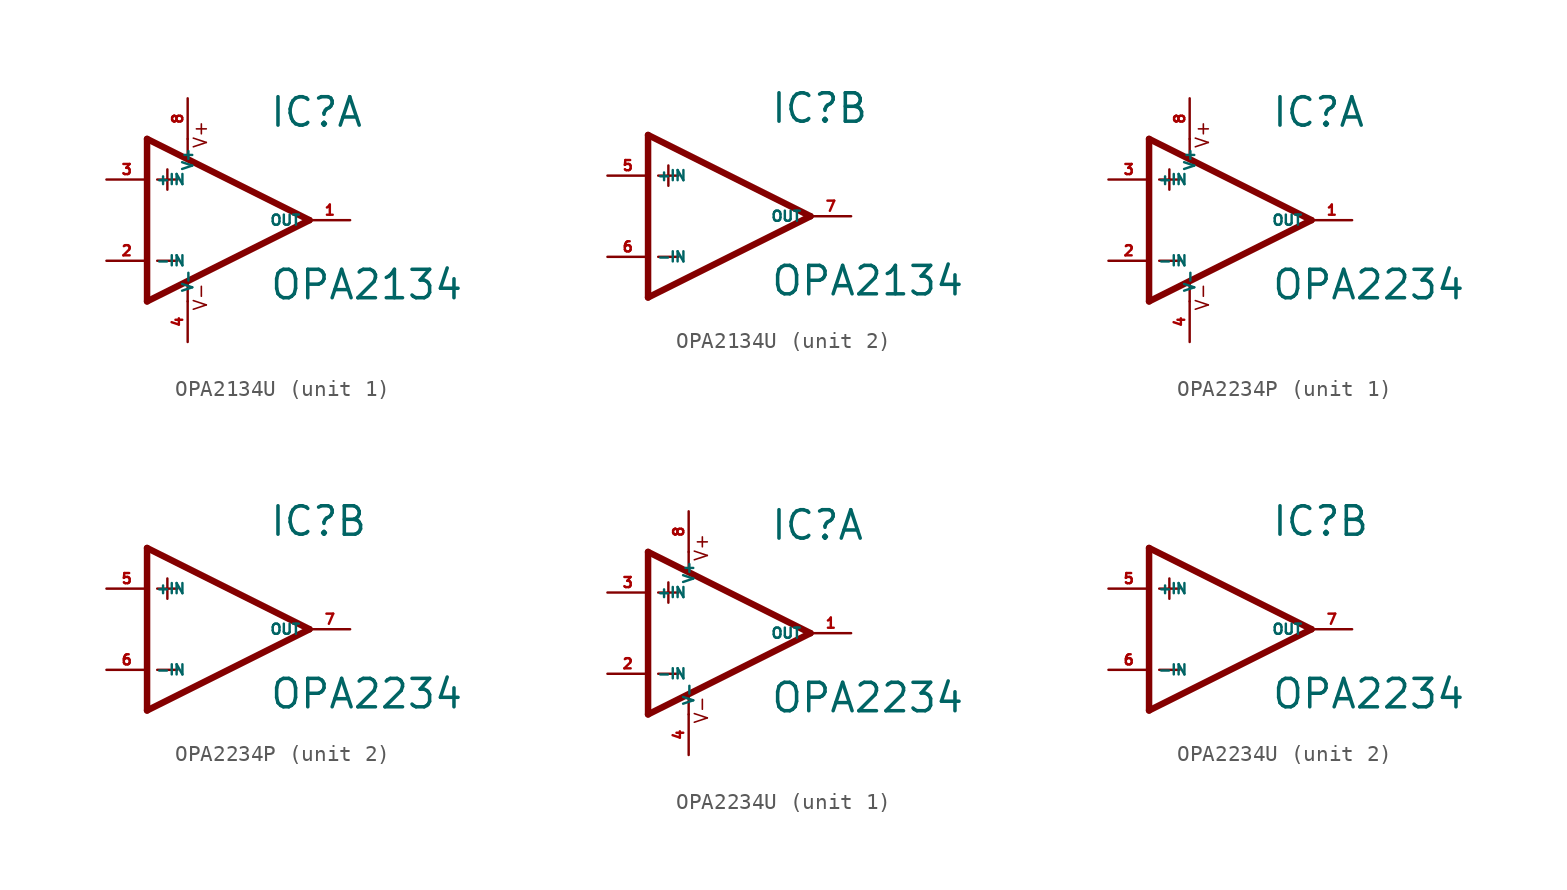
<source format=kicad_sym>
(kicad_symbol_lib
  (version 20220914)
  (generator Eagle2Kicad)
  (symbol "OPA2134U"
    (property "Reference" "IC"
      (at 2.54 5.715 0)
      (effects (font (size 1.778 1.778) (thickness 0.22)) (justify left bottom)))
    (property "Value" "OPA2134"
      (at 2.54 -5.08 0)
      (effects (font (size 1.778 1.778) (thickness 0.22)) (justify left bottom)))
    (symbol "OPA2134U_1_0"
      (polyline (pts (xy -3.81 3.175) (xy -3.81 1.905)) (stroke (width 0.152) (type default)) (fill (type none)))
      (polyline (pts (xy -4.445 2.54) (xy -3.175 2.54)) (stroke (width 0.152) (type default)) (fill (type none)))
      (polyline (pts (xy -4.445 -2.54) (xy -3.175 -2.54)) (stroke (width 0.152) (type default)) (fill (type none)))
      (polyline (pts (xy -2.54 5.08) (xy -2.54 3.886)) (stroke (width 0.152) (type default)) (fill (type none)))
      (polyline (pts (xy -2.54 -3.912) (xy -2.54 -5.08)) (stroke (width 0.152) (type default)) (fill (type none)))
      (polyline (pts (xy 5.08 0) (xy -5.08 5.08)) (stroke (width 0.406) (type default)) (fill (type none)))
      (polyline (pts (xy -5.08 5.08) (xy -5.08 -5.08)) (stroke (width 0.406) (type default)) (fill (type none)))
      (polyline (pts (xy -5.08 -5.08) (xy 5.08 0)) (stroke (width 0.406) (type default)) (fill (type none)))
      (text "V+" (at -1.27 4.445 900) (effects (font (size 0.813 0.813) (thickness 0.10)) (justify left bottom)))
      (text "V-" (at -1.27 -5.715 900) (effects (font (size 0.813 0.813) (thickness 0.10)) (justify left bottom)))
      (pin input line (at -7.62 -2.54 0) (length 2.54) (name "-IN" (effects (font (size 0.635 0.635) (thickness 0.08)) (justify left bottom))) (number "2" (effects (font (size 0.635 0.635) (thickness 0.08)) (justify left bottom))))
      (pin input line (at -7.62 2.54 0) (length 2.54) (name "+IN" (effects (font (size 0.635 0.635) (thickness 0.08)) (justify left bottom))) (number "3" (effects (font (size 0.635 0.635) (thickness 0.08)) (justify left bottom))))
      (pin output line (at 7.62 0 180) (length 2.54) (name "OUT" (effects (font (size 0.635 0.635) (thickness 0.08)) (justify left bottom))) (number "1" (effects (font (size 0.635 0.635) (thickness 0.08)) (justify left bottom))))
      (pin unspecified line (at -2.54 7.62 270) (length 2.54) (name "V+" (effects (font (size 0.635 0.635) (thickness 0.08)) (justify left bottom))) (number "8" (effects (font (size 0.635 0.635) (thickness 0.08)) (justify left bottom))))
      (pin unspecified line (at -2.54 -7.62 90) (length 2.54) (name "V-" (effects (font (size 0.635 0.635) (thickness 0.08)) (justify left bottom))) (number "4" (effects (font (size 0.635 0.635) (thickness 0.08)) (justify left bottom)))))
    (symbol "OPA2134U_2_0"
      (polyline (pts (xy -3.81 3.175) (xy -3.81 1.905)) (stroke (width 0.152) (type default)) (fill (type none)))
      (polyline (pts (xy -4.445 2.54) (xy -3.175 2.54)) (stroke (width 0.152) (type default)) (fill (type none)))
      (polyline (pts (xy -4.445 -2.54) (xy -3.175 -2.54)) (stroke (width 0.152) (type default)) (fill (type none)))
      (polyline (pts (xy 5.08 0) (xy -5.08 5.08)) (stroke (width 0.406) (type default)) (fill (type none)))
      (polyline (pts (xy -5.08 5.08) (xy -5.08 -5.08)) (stroke (width 0.406) (type default)) (fill (type none)))
      (polyline (pts (xy -5.08 -5.08) (xy 5.08 0)) (stroke (width 0.406) (type default)) (fill (type none)))
      (pin input line (at -7.62 -2.54 0) (length 2.54) (name "-IN" (effects (font (size 0.635 0.635) (thickness 0.08)) (justify left bottom))) (number "6" (effects (font (size 0.635 0.635) (thickness 0.08)) (justify left bottom))))
      (pin input line (at -7.62 2.54 0) (length 2.54) (name "+IN" (effects (font (size 0.635 0.635) (thickness 0.08)) (justify left bottom))) (number "5" (effects (font (size 0.635 0.635) (thickness 0.08)) (justify left bottom))))
      (pin output line (at 7.62 0 180) (length 2.54) (name "OUT" (effects (font (size 0.635 0.635) (thickness 0.08)) (justify left bottom))) (number "7" (effects (font (size 0.635 0.635) (thickness 0.08)) (justify left bottom))))))
  (symbol "OPA2234P"
    (property "Reference" "IC"
      (at 2.54 5.715 0)
      (effects (font (size 1.778 1.778) (thickness 0.22)) (justify left bottom)))
    (property "Value" "OPA2234"
      (at 2.54 -5.08 0)
      (effects (font (size 1.778 1.778) (thickness 0.22)) (justify left bottom)))
    (symbol "OPA2234P_1_0"
      (polyline (pts (xy -3.81 3.175) (xy -3.81 1.905)) (stroke (width 0.152) (type default)) (fill (type none)))
      (polyline (pts (xy -4.445 2.54) (xy -3.175 2.54)) (stroke (width 0.152) (type default)) (fill (type none)))
      (polyline (pts (xy -4.445 -2.54) (xy -3.175 -2.54)) (stroke (width 0.152) (type default)) (fill (type none)))
      (polyline (pts (xy -2.54 5.08) (xy -2.54 3.886)) (stroke (width 0.152) (type default)) (fill (type none)))
      (polyline (pts (xy -2.54 -3.912) (xy -2.54 -5.08)) (stroke (width 0.152) (type default)) (fill (type none)))
      (polyline (pts (xy 5.08 0) (xy -5.08 5.08)) (stroke (width 0.406) (type default)) (fill (type none)))
      (polyline (pts (xy -5.08 5.08) (xy -5.08 -5.08)) (stroke (width 0.406) (type default)) (fill (type none)))
      (polyline (pts (xy -5.08 -5.08) (xy 5.08 0)) (stroke (width 0.406) (type default)) (fill (type none)))
      (text "V+" (at -1.27 4.445 900) (effects (font (size 0.813 0.813) (thickness 0.10)) (justify left bottom)))
      (text "V-" (at -1.27 -5.715 900) (effects (font (size 0.813 0.813) (thickness 0.10)) (justify left bottom)))
      (pin input line (at -7.62 -2.54 0) (length 2.54) (name "-IN" (effects (font (size 0.635 0.635) (thickness 0.08)) (justify left bottom))) (number "2" (effects (font (size 0.635 0.635) (thickness 0.08)) (justify left bottom))))
      (pin input line (at -7.62 2.54 0) (length 2.54) (name "+IN" (effects (font (size 0.635 0.635) (thickness 0.08)) (justify left bottom))) (number "3" (effects (font (size 0.635 0.635) (thickness 0.08)) (justify left bottom))))
      (pin output line (at 7.62 0 180) (length 2.54) (name "OUT" (effects (font (size 0.635 0.635) (thickness 0.08)) (justify left bottom))) (number "1" (effects (font (size 0.635 0.635) (thickness 0.08)) (justify left bottom))))
      (pin unspecified line (at -2.54 7.62 270) (length 2.54) (name "V+" (effects (font (size 0.635 0.635) (thickness 0.08)) (justify left bottom))) (number "8" (effects (font (size 0.635 0.635) (thickness 0.08)) (justify left bottom))))
      (pin unspecified line (at -2.54 -7.62 90) (length 2.54) (name "V-" (effects (font (size 0.635 0.635) (thickness 0.08)) (justify left bottom))) (number "4" (effects (font (size 0.635 0.635) (thickness 0.08)) (justify left bottom)))))
    (symbol "OPA2234P_2_0"
      (polyline (pts (xy -3.81 3.175) (xy -3.81 1.905)) (stroke (width 0.152) (type default)) (fill (type none)))
      (polyline (pts (xy -4.445 2.54) (xy -3.175 2.54)) (stroke (width 0.152) (type default)) (fill (type none)))
      (polyline (pts (xy -4.445 -2.54) (xy -3.175 -2.54)) (stroke (width 0.152) (type default)) (fill (type none)))
      (polyline (pts (xy 5.08 0) (xy -5.08 5.08)) (stroke (width 0.406) (type default)) (fill (type none)))
      (polyline (pts (xy -5.08 5.08) (xy -5.08 -5.08)) (stroke (width 0.406) (type default)) (fill (type none)))
      (polyline (pts (xy -5.08 -5.08) (xy 5.08 0)) (stroke (width 0.406) (type default)) (fill (type none)))
      (pin input line (at -7.62 -2.54 0) (length 2.54) (name "-IN" (effects (font (size 0.635 0.635) (thickness 0.08)) (justify left bottom))) (number "6" (effects (font (size 0.635 0.635) (thickness 0.08)) (justify left bottom))))
      (pin input line (at -7.62 2.54 0) (length 2.54) (name "+IN" (effects (font (size 0.635 0.635) (thickness 0.08)) (justify left bottom))) (number "5" (effects (font (size 0.635 0.635) (thickness 0.08)) (justify left bottom))))
      (pin output line (at 7.62 0 180) (length 2.54) (name "OUT" (effects (font (size 0.635 0.635) (thickness 0.08)) (justify left bottom))) (number "7" (effects (font (size 0.635 0.635) (thickness 0.08)) (justify left bottom))))))
  (symbol "OPA2234U"
    (property "Reference" "IC"
      (at 2.54 5.715 0)
      (effects (font (size 1.778 1.778) (thickness 0.22)) (justify left bottom)))
    (property "Value" "OPA2234"
      (at 2.54 -5.08 0)
      (effects (font (size 1.778 1.778) (thickness 0.22)) (justify left bottom)))
    (symbol "OPA2234U_1_0"
      (polyline (pts (xy -3.81 3.175) (xy -3.81 1.905)) (stroke (width 0.152) (type default)) (fill (type none)))
      (polyline (pts (xy -4.445 2.54) (xy -3.175 2.54)) (stroke (width 0.152) (type default)) (fill (type none)))
      (polyline (pts (xy -4.445 -2.54) (xy -3.175 -2.54)) (stroke (width 0.152) (type default)) (fill (type none)))
      (polyline (pts (xy -2.54 5.08) (xy -2.54 3.886)) (stroke (width 0.152) (type default)) (fill (type none)))
      (polyline (pts (xy -2.54 -3.912) (xy -2.54 -5.08)) (stroke (width 0.152) (type default)) (fill (type none)))
      (polyline (pts (xy 5.08 0) (xy -5.08 5.08)) (stroke (width 0.406) (type default)) (fill (type none)))
      (polyline (pts (xy -5.08 5.08) (xy -5.08 -5.08)) (stroke (width 0.406) (type default)) (fill (type none)))
      (polyline (pts (xy -5.08 -5.08) (xy 5.08 0)) (stroke (width 0.406) (type default)) (fill (type none)))
      (text "V+" (at -1.27 4.445 900) (effects (font (size 0.813 0.813) (thickness 0.10)) (justify left bottom)))
      (text "V-" (at -1.27 -5.715 900) (effects (font (size 0.813 0.813) (thickness 0.10)) (justify left bottom)))
      (pin input line (at -7.62 -2.54 0) (length 2.54) (name "-IN" (effects (font (size 0.635 0.635) (thickness 0.08)) (justify left bottom))) (number "2" (effects (font (size 0.635 0.635) (thickness 0.08)) (justify left bottom))))
      (pin input line (at -7.62 2.54 0) (length 2.54) (name "+IN" (effects (font (size 0.635 0.635) (thickness 0.08)) (justify left bottom))) (number "3" (effects (font (size 0.635 0.635) (thickness 0.08)) (justify left bottom))))
      (pin output line (at 7.62 0 180) (length 2.54) (name "OUT" (effects (font (size 0.635 0.635) (thickness 0.08)) (justify left bottom))) (number "1" (effects (font (size 0.635 0.635) (thickness 0.08)) (justify left bottom))))
      (pin unspecified line (at -2.54 7.62 270) (length 2.54) (name "V+" (effects (font (size 0.635 0.635) (thickness 0.08)) (justify left bottom))) (number "8" (effects (font (size 0.635 0.635) (thickness 0.08)) (justify left bottom))))
      (pin unspecified line (at -2.54 -7.62 90) (length 2.54) (name "V-" (effects (font (size 0.635 0.635) (thickness 0.08)) (justify left bottom))) (number "4" (effects (font (size 0.635 0.635) (thickness 0.08)) (justify left bottom)))))
    (symbol "OPA2234U_2_0"
      (polyline (pts (xy -3.81 3.175) (xy -3.81 1.905)) (stroke (width 0.152) (type default)) (fill (type none)))
      (polyline (pts (xy -4.445 2.54) (xy -3.175 2.54)) (stroke (width 0.152) (type default)) (fill (type none)))
      (polyline (pts (xy -4.445 -2.54) (xy -3.175 -2.54)) (stroke (width 0.152) (type default)) (fill (type none)))
      (polyline (pts (xy 5.08 0) (xy -5.08 5.08)) (stroke (width 0.406) (type default)) (fill (type none)))
      (polyline (pts (xy -5.08 5.08) (xy -5.08 -5.08)) (stroke (width 0.406) (type default)) (fill (type none)))
      (polyline (pts (xy -5.08 -5.08) (xy 5.08 0)) (stroke (width 0.406) (type default)) (fill (type none)))
      (pin input line (at -7.62 -2.54 0) (length 2.54) (name "-IN" (effects (font (size 0.635 0.635) (thickness 0.08)) (justify left bottom))) (number "6" (effects (font (size 0.635 0.635) (thickness 0.08)) (justify left bottom))))
      (pin input line (at -7.62 2.54 0) (length 2.54) (name "+IN" (effects (font (size 0.635 0.635) (thickness 0.08)) (justify left bottom))) (number "5" (effects (font (size 0.635 0.635) (thickness 0.08)) (justify left bottom))))
      (pin output line (at 7.62 0 180) (length 2.54) (name "OUT" (effects (font (size 0.635 0.635) (thickness 0.08)) (justify left bottom))) (number "7" (effects (font (size 0.635 0.635) (thickness 0.08)) (justify left bottom)))))))
</source>
